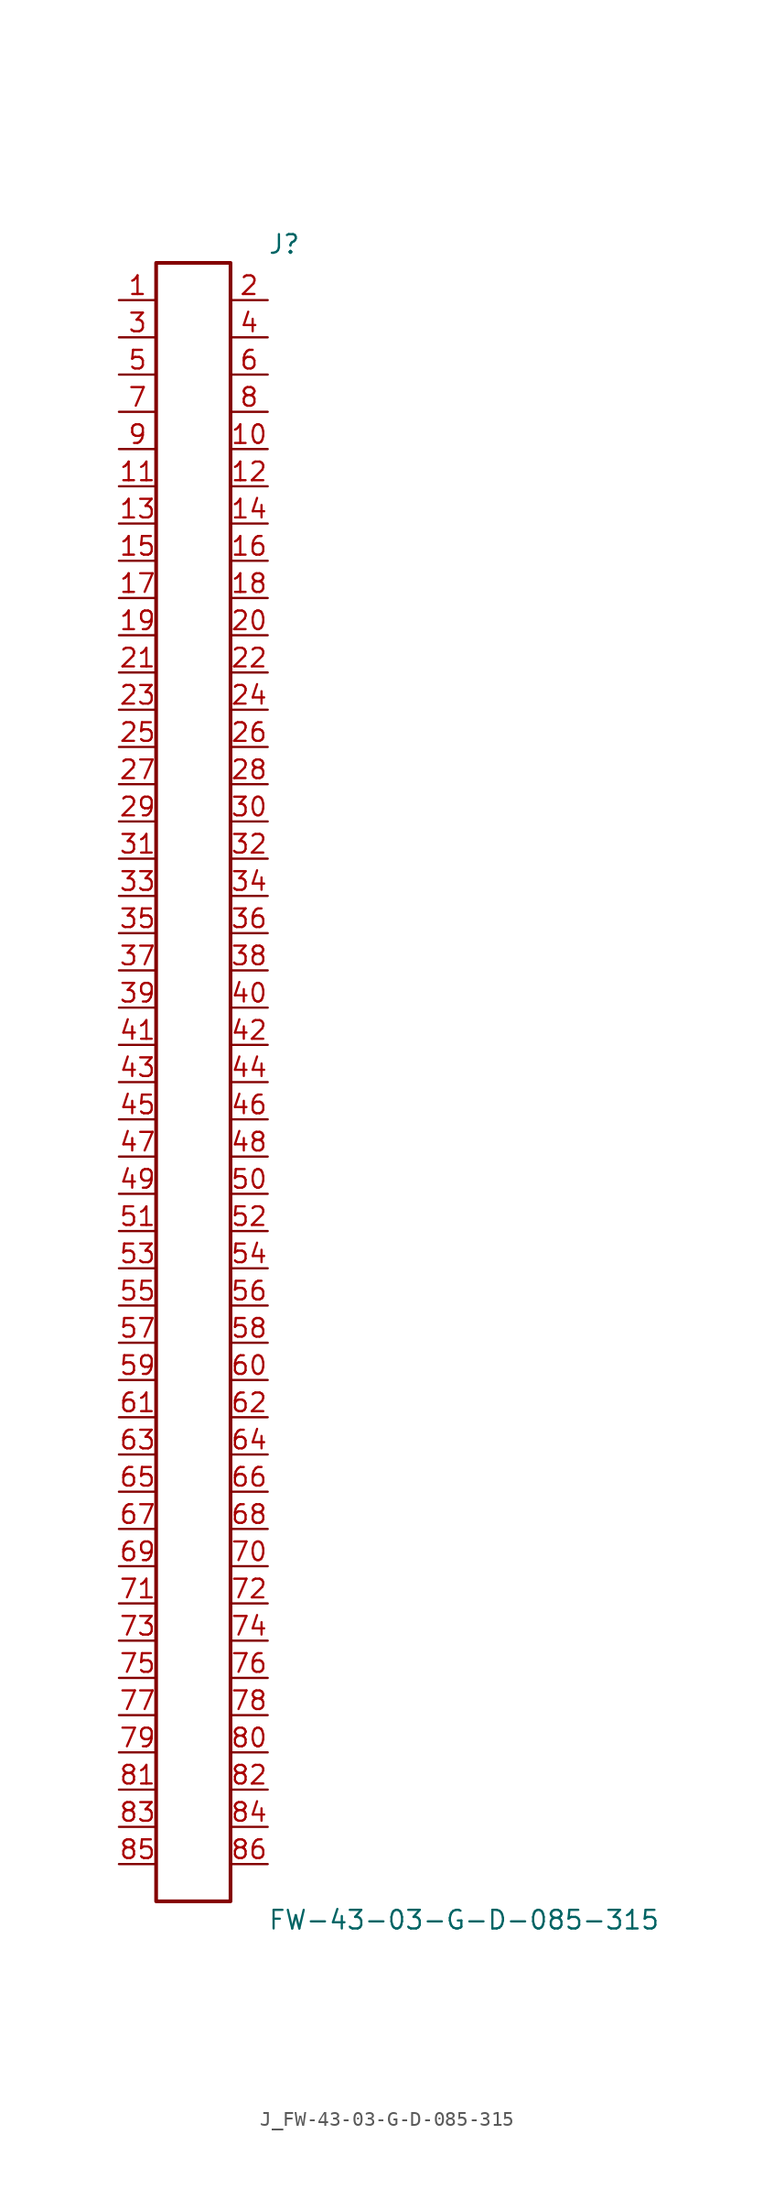
<source format=kicad_sym>
(kicad_symbol_lib
  (version 20231120)
  (generator kicad_symbol_editor)
  (generator_version 8.0)
  (symbol "J_FW-43-03-G-D-085-315"
    (pin_names
      (offset 0.254))
    (property "Reference" "J"
      (at 5.08 57.15 0)
      (effects (font (size 1.27 1.27)) (justify left)))
    (property "Value" "FW-43-03-G-D-085-315"
      (at 5.08 -57.15 0)
      (effects (font (size 1.27 1.27)) (justify left)))
    (symbol "J_FW-43-03-G-D-085-315_0_0"
      (pin unspecified line (at -5.08 53.34 0) (length 2.54) (name "" (effects (font (size 1.27 1.27)))) (number "1" (effects (font (size 1.27 1.27)))))
      (pin unspecified line (at 5.08 53.34 180) (length 2.54) (name "" (effects (font (size 1.27 1.27)))) (number "2" (effects (font (size 1.27 1.27)))))
      (pin unspecified line (at -5.08 50.8 0) (length 2.54) (name "" (effects (font (size 1.27 1.27)))) (number "3" (effects (font (size 1.27 1.27)))))
      (pin unspecified line (at 5.08 50.8 180) (length 2.54) (name "" (effects (font (size 1.27 1.27)))) (number "4" (effects (font (size 1.27 1.27)))))
      (pin unspecified line (at -5.08 48.26 0) (length 2.54) (name "" (effects (font (size 1.27 1.27)))) (number "5" (effects (font (size 1.27 1.27)))))
      (pin unspecified line (at 5.08 48.26 180) (length 2.54) (name "" (effects (font (size 1.27 1.27)))) (number "6" (effects (font (size 1.27 1.27)))))
      (pin unspecified line (at -5.08 45.72 0) (length 2.54) (name "" (effects (font (size 1.27 1.27)))) (number "7" (effects (font (size 1.27 1.27)))))
      (pin unspecified line (at 5.08 45.72 180) (length 2.54) (name "" (effects (font (size 1.27 1.27)))) (number "8" (effects (font (size 1.27 1.27)))))
      (pin unspecified line (at -5.08 43.18 0) (length 2.54) (name "" (effects (font (size 1.27 1.27)))) (number "9" (effects (font (size 1.27 1.27)))))
      (pin unspecified line (at 5.08 43.18 180) (length 2.54) (name "" (effects (font (size 1.27 1.27)))) (number "10" (effects (font (size 1.27 1.27)))))
      (pin unspecified line (at -5.08 40.64 0) (length 2.54) (name "" (effects (font (size 1.27 1.27)))) (number "11" (effects (font (size 1.27 1.27)))))
      (pin unspecified line (at 5.08 40.64 180) (length 2.54) (name "" (effects (font (size 1.27 1.27)))) (number "12" (effects (font (size 1.27 1.27)))))
      (pin unspecified line (at -5.08 38.1 0) (length 2.54) (name "" (effects (font (size 1.27 1.27)))) (number "13" (effects (font (size 1.27 1.27)))))
      (pin unspecified line (at 5.08 38.1 180) (length 2.54) (name "" (effects (font (size 1.27 1.27)))) (number "14" (effects (font (size 1.27 1.27)))))
      (pin unspecified line (at -5.08 35.56 0) (length 2.54) (name "" (effects (font (size 1.27 1.27)))) (number "15" (effects (font (size 1.27 1.27)))))
      (pin unspecified line (at 5.08 35.56 180) (length 2.54) (name "" (effects (font (size 1.27 1.27)))) (number "16" (effects (font (size 1.27 1.27)))))
      (pin unspecified line (at -5.08 33.02 0) (length 2.54) (name "" (effects (font (size 1.27 1.27)))) (number "17" (effects (font (size 1.27 1.27)))))
      (pin unspecified line (at 5.08 33.02 180) (length 2.54) (name "" (effects (font (size 1.27 1.27)))) (number "18" (effects (font (size 1.27 1.27)))))
      (pin unspecified line (at -5.08 30.48 0) (length 2.54) (name "" (effects (font (size 1.27 1.27)))) (number "19" (effects (font (size 1.27 1.27)))))
      (pin unspecified line (at 5.08 30.48 180) (length 2.54) (name "" (effects (font (size 1.27 1.27)))) (number "20" (effects (font (size 1.27 1.27)))))
      (pin unspecified line (at -5.08 27.94 0) (length 2.54) (name "" (effects (font (size 1.27 1.27)))) (number "21" (effects (font (size 1.27 1.27)))))
      (pin unspecified line (at 5.08 27.94 180) (length 2.54) (name "" (effects (font (size 1.27 1.27)))) (number "22" (effects (font (size 1.27 1.27)))))
      (pin unspecified line (at -5.08 25.4 0) (length 2.54) (name "" (effects (font (size 1.27 1.27)))) (number "23" (effects (font (size 1.27 1.27)))))
      (pin unspecified line (at 5.08 25.4 180) (length 2.54) (name "" (effects (font (size 1.27 1.27)))) (number "24" (effects (font (size 1.27 1.27)))))
      (pin unspecified line (at -5.08 22.86 0) (length 2.54) (name "" (effects (font (size 1.27 1.27)))) (number "25" (effects (font (size 1.27 1.27)))))
      (pin unspecified line (at 5.08 22.86 180) (length 2.54) (name "" (effects (font (size 1.27 1.27)))) (number "26" (effects (font (size 1.27 1.27)))))
      (pin unspecified line (at -5.08 20.32 0) (length 2.54) (name "" (effects (font (size 1.27 1.27)))) (number "27" (effects (font (size 1.27 1.27)))))
      (pin unspecified line (at 5.08 20.32 180) (length 2.54) (name "" (effects (font (size 1.27 1.27)))) (number "28" (effects (font (size 1.27 1.27)))))
      (pin unspecified line (at -5.08 17.78 0) (length 2.54) (name "" (effects (font (size 1.27 1.27)))) (number "29" (effects (font (size 1.27 1.27)))))
      (pin unspecified line (at 5.08 17.78 180) (length 2.54) (name "" (effects (font (size 1.27 1.27)))) (number "30" (effects (font (size 1.27 1.27)))))
      (pin unspecified line (at -5.08 15.24 0) (length 2.54) (name "" (effects (font (size 1.27 1.27)))) (number "31" (effects (font (size 1.27 1.27)))))
      (pin unspecified line (at 5.08 15.24 180) (length 2.54) (name "" (effects (font (size 1.27 1.27)))) (number "32" (effects (font (size 1.27 1.27)))))
      (pin unspecified line (at -5.08 12.7 0) (length 2.54) (name "" (effects (font (size 1.27 1.27)))) (number "33" (effects (font (size 1.27 1.27)))))
      (pin unspecified line (at 5.08 12.7 180) (length 2.54) (name "" (effects (font (size 1.27 1.27)))) (number "34" (effects (font (size 1.27 1.27)))))
      (pin unspecified line (at -5.08 10.16 0) (length 2.54) (name "" (effects (font (size 1.27 1.27)))) (number "35" (effects (font (size 1.27 1.27)))))
      (pin unspecified line (at 5.08 10.16 180) (length 2.54) (name "" (effects (font (size 1.27 1.27)))) (number "36" (effects (font (size 1.27 1.27)))))
      (pin unspecified line (at -5.08 7.62 0) (length 2.54) (name "" (effects (font (size 1.27 1.27)))) (number "37" (effects (font (size 1.27 1.27)))))
      (pin unspecified line (at 5.08 7.62 180) (length 2.54) (name "" (effects (font (size 1.27 1.27)))) (number "38" (effects (font (size 1.27 1.27)))))
      (pin unspecified line (at -5.08 5.08 0) (length 2.54) (name "" (effects (font (size 1.27 1.27)))) (number "39" (effects (font (size 1.27 1.27)))))
      (pin unspecified line (at 5.08 5.08 180) (length 2.54) (name "" (effects (font (size 1.27 1.27)))) (number "40" (effects (font (size 1.27 1.27)))))
      (pin unspecified line (at -5.08 2.54 0) (length 2.54) (name "" (effects (font (size 1.27 1.27)))) (number "41" (effects (font (size 1.27 1.27)))))
      (pin unspecified line (at 5.08 2.54 180) (length 2.54) (name "" (effects (font (size 1.27 1.27)))) (number "42" (effects (font (size 1.27 1.27)))))
      (pin unspecified line (at -5.08 0.0 0) (length 2.54) (name "" (effects (font (size 1.27 1.27)))) (number "43" (effects (font (size 1.27 1.27)))))
      (pin unspecified line (at 5.08 0.0 180) (length 2.54) (name "" (effects (font (size 1.27 1.27)))) (number "44" (effects (font (size 1.27 1.27)))))
      (pin unspecified line (at -5.08 -2.54 0) (length 2.54) (name "" (effects (font (size 1.27 1.27)))) (number "45" (effects (font (size 1.27 1.27)))))
      (pin unspecified line (at 5.08 -2.54 180) (length 2.54) (name "" (effects (font (size 1.27 1.27)))) (number "46" (effects (font (size 1.27 1.27)))))
      (pin unspecified line (at -5.08 -5.08 0) (length 2.54) (name "" (effects (font (size 1.27 1.27)))) (number "47" (effects (font (size 1.27 1.27)))))
      (pin unspecified line (at 5.08 -5.08 180) (length 2.54) (name "" (effects (font (size 1.27 1.27)))) (number "48" (effects (font (size 1.27 1.27)))))
      (pin unspecified line (at -5.08 -7.62 0) (length 2.54) (name "" (effects (font (size 1.27 1.27)))) (number "49" (effects (font (size 1.27 1.27)))))
      (pin unspecified line (at 5.08 -7.62 180) (length 2.54) (name "" (effects (font (size 1.27 1.27)))) (number "50" (effects (font (size 1.27 1.27)))))
      (pin unspecified line (at -5.08 -10.16 0) (length 2.54) (name "" (effects (font (size 1.27 1.27)))) (number "51" (effects (font (size 1.27 1.27)))))
      (pin unspecified line (at 5.08 -10.16 180) (length 2.54) (name "" (effects (font (size 1.27 1.27)))) (number "52" (effects (font (size 1.27 1.27)))))
      (pin unspecified line (at -5.08 -12.7 0) (length 2.54) (name "" (effects (font (size 1.27 1.27)))) (number "53" (effects (font (size 1.27 1.27)))))
      (pin unspecified line (at 5.08 -12.7 180) (length 2.54) (name "" (effects (font (size 1.27 1.27)))) (number "54" (effects (font (size 1.27 1.27)))))
      (pin unspecified line (at -5.08 -15.24 0) (length 2.54) (name "" (effects (font (size 1.27 1.27)))) (number "55" (effects (font (size 1.27 1.27)))))
      (pin unspecified line (at 5.08 -15.24 180) (length 2.54) (name "" (effects (font (size 1.27 1.27)))) (number "56" (effects (font (size 1.27 1.27)))))
      (pin unspecified line (at -5.08 -17.78 0) (length 2.54) (name "" (effects (font (size 1.27 1.27)))) (number "57" (effects (font (size 1.27 1.27)))))
      (pin unspecified line (at 5.08 -17.78 180) (length 2.54) (name "" (effects (font (size 1.27 1.27)))) (number "58" (effects (font (size 1.27 1.27)))))
      (pin unspecified line (at -5.08 -20.32 0) (length 2.54) (name "" (effects (font (size 1.27 1.27)))) (number "59" (effects (font (size 1.27 1.27)))))
      (pin unspecified line (at 5.08 -20.32 180) (length 2.54) (name "" (effects (font (size 1.27 1.27)))) (number "60" (effects (font (size 1.27 1.27)))))
      (pin unspecified line (at -5.08 -22.86 0) (length 2.54) (name "" (effects (font (size 1.27 1.27)))) (number "61" (effects (font (size 1.27 1.27)))))
      (pin unspecified line (at 5.08 -22.86 180) (length 2.54) (name "" (effects (font (size 1.27 1.27)))) (number "62" (effects (font (size 1.27 1.27)))))
      (pin unspecified line (at -5.08 -25.4 0) (length 2.54) (name "" (effects (font (size 1.27 1.27)))) (number "63" (effects (font (size 1.27 1.27)))))
      (pin unspecified line (at 5.08 -25.4 180) (length 2.54) (name "" (effects (font (size 1.27 1.27)))) (number "64" (effects (font (size 1.27 1.27)))))
      (pin unspecified line (at -5.08 -27.94 0) (length 2.54) (name "" (effects (font (size 1.27 1.27)))) (number "65" (effects (font (size 1.27 1.27)))))
      (pin unspecified line (at 5.08 -27.94 180) (length 2.54) (name "" (effects (font (size 1.27 1.27)))) (number "66" (effects (font (size 1.27 1.27)))))
      (pin unspecified line (at -5.08 -30.48 0) (length 2.54) (name "" (effects (font (size 1.27 1.27)))) (number "67" (effects (font (size 1.27 1.27)))))
      (pin unspecified line (at 5.08 -30.48 180) (length 2.54) (name "" (effects (font (size 1.27 1.27)))) (number "68" (effects (font (size 1.27 1.27)))))
      (pin unspecified line (at -5.08 -33.02 0) (length 2.54) (name "" (effects (font (size 1.27 1.27)))) (number "69" (effects (font (size 1.27 1.27)))))
      (pin unspecified line (at 5.08 -33.02 180) (length 2.54) (name "" (effects (font (size 1.27 1.27)))) (number "70" (effects (font (size 1.27 1.27)))))
      (pin unspecified line (at -5.08 -35.56 0) (length 2.54) (name "" (effects (font (size 1.27 1.27)))) (number "71" (effects (font (size 1.27 1.27)))))
      (pin unspecified line (at 5.08 -35.56 180) (length 2.54) (name "" (effects (font (size 1.27 1.27)))) (number "72" (effects (font (size 1.27 1.27)))))
      (pin unspecified line (at -5.08 -38.1 0) (length 2.54) (name "" (effects (font (size 1.27 1.27)))) (number "73" (effects (font (size 1.27 1.27)))))
      (pin unspecified line (at 5.08 -38.1 180) (length 2.54) (name "" (effects (font (size 1.27 1.27)))) (number "74" (effects (font (size 1.27 1.27)))))
      (pin unspecified line (at -5.08 -40.64 0) (length 2.54) (name "" (effects (font (size 1.27 1.27)))) (number "75" (effects (font (size 1.27 1.27)))))
      (pin unspecified line (at 5.08 -40.64 180) (length 2.54) (name "" (effects (font (size 1.27 1.27)))) (number "76" (effects (font (size 1.27 1.27)))))
      (pin unspecified line (at -5.08 -43.18 0) (length 2.54) (name "" (effects (font (size 1.27 1.27)))) (number "77" (effects (font (size 1.27 1.27)))))
      (pin unspecified line (at 5.08 -43.18 180) (length 2.54) (name "" (effects (font (size 1.27 1.27)))) (number "78" (effects (font (size 1.27 1.27)))))
      (pin unspecified line (at -5.08 -45.72 0) (length 2.54) (name "" (effects (font (size 1.27 1.27)))) (number "79" (effects (font (size 1.27 1.27)))))
      (pin unspecified line (at 5.08 -45.72 180) (length 2.54) (name "" (effects (font (size 1.27 1.27)))) (number "80" (effects (font (size 1.27 1.27)))))
      (pin unspecified line (at -5.08 -48.26 0) (length 2.54) (name "" (effects (font (size 1.27 1.27)))) (number "81" (effects (font (size 1.27 1.27)))))
      (pin unspecified line (at 5.08 -48.26 180) (length 2.54) (name "" (effects (font (size 1.27 1.27)))) (number "82" (effects (font (size 1.27 1.27)))))
      (pin unspecified line (at -5.08 -50.8 0) (length 2.54) (name "" (effects (font (size 1.27 1.27)))) (number "83" (effects (font (size 1.27 1.27)))))
      (pin unspecified line (at 5.08 -50.8 180) (length 2.54) (name "" (effects (font (size 1.27 1.27)))) (number "84" (effects (font (size 1.27 1.27)))))
      (pin unspecified line (at -5.08 -53.34 0) (length 2.54) (name "" (effects (font (size 1.27 1.27)))) (number "85" (effects (font (size 1.27 1.27)))))
      (pin unspecified line (at 5.08 -53.34 180) (length 2.54) (name "" (effects (font (size 1.27 1.27)))) (number "86" (effects (font (size 1.27 1.27))))))
    (symbol "J_FW-43-03-G-D-085-315_1_0"
      (rectangle (start -2.54 55.88) (end 2.54 -55.88) (stroke (width 0.254) (type solid)) (fill (type none))))))
</source>
